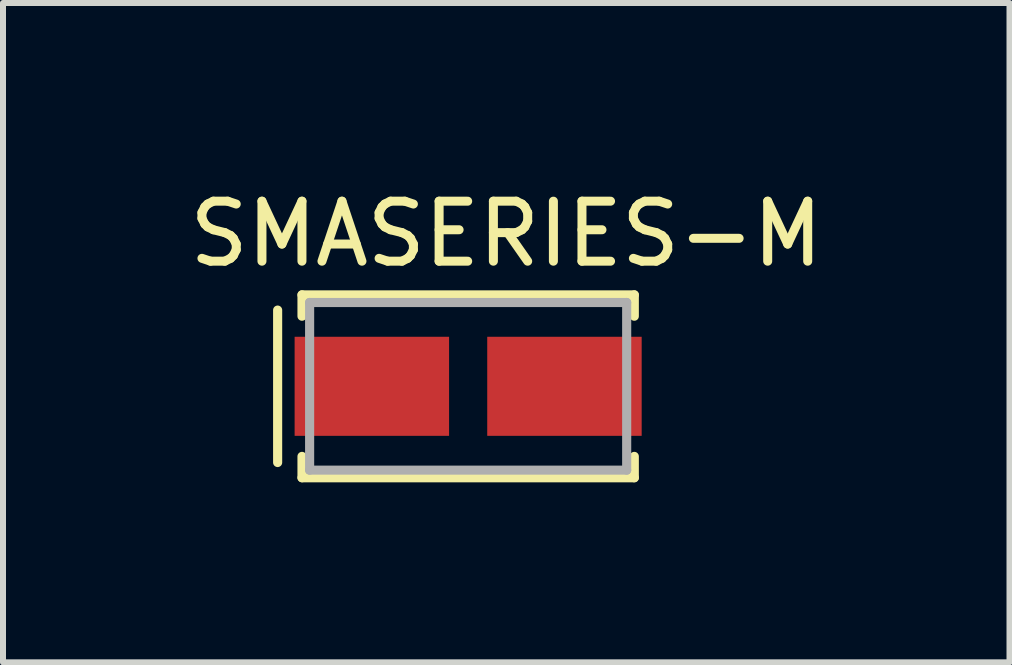
<source format=kicad_pcb>
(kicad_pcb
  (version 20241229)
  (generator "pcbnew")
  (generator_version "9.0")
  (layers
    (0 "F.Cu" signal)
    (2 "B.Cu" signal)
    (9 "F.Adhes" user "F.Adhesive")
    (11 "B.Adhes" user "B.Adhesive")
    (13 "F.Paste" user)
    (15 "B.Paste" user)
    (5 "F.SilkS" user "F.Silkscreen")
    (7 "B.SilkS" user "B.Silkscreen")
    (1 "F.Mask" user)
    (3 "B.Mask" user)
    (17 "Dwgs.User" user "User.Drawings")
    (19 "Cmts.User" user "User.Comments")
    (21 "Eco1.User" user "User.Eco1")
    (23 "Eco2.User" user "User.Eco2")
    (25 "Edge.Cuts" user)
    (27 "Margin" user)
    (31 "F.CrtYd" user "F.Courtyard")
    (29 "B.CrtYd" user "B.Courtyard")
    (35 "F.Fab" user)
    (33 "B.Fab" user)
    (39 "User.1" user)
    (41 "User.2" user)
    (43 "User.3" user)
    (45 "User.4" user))
  (footprint "SMASERIES-M"
    (layer "F.Cu")
    (at 4.752 3.388)
    (property "Reference" "SMASERIES-M" (at 0.635 -2.54 0) (layer "F.SilkS") (effects (font (size 1 1) (thickness 0.15))))
    (attr smd)
    (fp_line (start -3.175 -1.27) (end -3.175 1.27) (stroke (width 0.152) (type solid)) (layer "F.SilkS"))
    (fp_line (start -2.769 -1.524) (end -2.769 -1.168) (stroke (width 0.152) (type solid)) (layer "F.SilkS"))
    (fp_line (start -2.769 1.168) (end -2.769 1.524) (stroke (width 0.152) (type solid)) (layer "F.SilkS"))
    (fp_line (start -2.769 1.524) (end 2.769 1.524) (stroke (width 0.152) (type solid)) (layer "F.SilkS"))
    (fp_line (start 2.769 -1.524) (end -2.769 -1.524) (stroke (width 0.152) (type solid)) (layer "F.SilkS"))
    (fp_line (start 2.769 -1.168) (end 2.769 -1.524) (stroke (width 0.152) (type solid)) (layer "F.SilkS"))
    (fp_line (start 2.769 1.524) (end 2.769 1.168) (stroke (width 0.152) (type solid)) (layer "F.SilkS"))
    (fp_line (start -2.642 -1.397) (end -2.642 1.397) (stroke (width 0.152) (type solid)) (layer "F.Fab"))
    (fp_line (start -2.642 1.397) (end 2.642 1.397) (stroke (width 0.152) (type solid)) (layer "F.Fab"))
    (fp_line (start 2.642 -1.397) (end -2.642 -1.397) (stroke (width 0.152) (type solid)) (layer "F.Fab"))
    (fp_line (start 2.642 1.397) (end 2.642 -1.397) (stroke (width 0.152) (type solid)) (layer "F.Fab"))
    (pad "1" smd rect (at -1.605 0) (size 2.574 1.651) (layers "F.Cu" "F.Mask" "F.Paste"))
    (pad "2" smd rect (at 1.605 0) (size 2.574 1.651) (layers "F.Cu" "F.Mask" "F.Paste"))
    (zone (net_name "") (layer "F.Cu") (hatch full 0.508) (connect_pads) (min_thickness 0.152) (filled_areas_thickness no) (keepout (tracks not_allowed) (vias not_allowed) (pads not_allowed) (copperpour not_allowed) (footprints allowed)) (placement (enabled no)) (fill) (polygon (pts (xy 2.161 2.042) (xy 7.343 2.042) (xy 7.343 2.512) (xy 2.161 2.512))))
    (zone (net_name "") (layer "F.Cu") (hatch full 0.508) (connect_pads) (min_thickness 0.152) (filled_areas_thickness no) (keepout (tracks not_allowed) (vias not_allowed) (pads not_allowed) (copperpour not_allowed) (footprints allowed)) (placement (enabled no)) (fill) (polygon (pts (xy 2.161 4.265) (xy 7.343 4.265) (xy 7.343 4.734) (xy 2.161 4.734))))
    (zone (net_name "") (layer "F.Cu") (hatch full 0.508) (connect_pads) (min_thickness 0.152) (filled_areas_thickness no) (keepout (tracks not_allowed) (vias not_allowed) (pads not_allowed) (copperpour not_allowed) (footprints allowed)) (placement (enabled no)) (fill) (polygon (pts (xy 4.485 2.512) (xy 5.019 2.512) (xy 5.019 4.265) (xy 4.485 4.265)))))
  (gr_rect
    (start -3 -3)
    (end 13.774 7.988)
    (stroke (width 0.1) (type default))
    (fill no)
    (layer "Edge.Cuts")))
</source>
